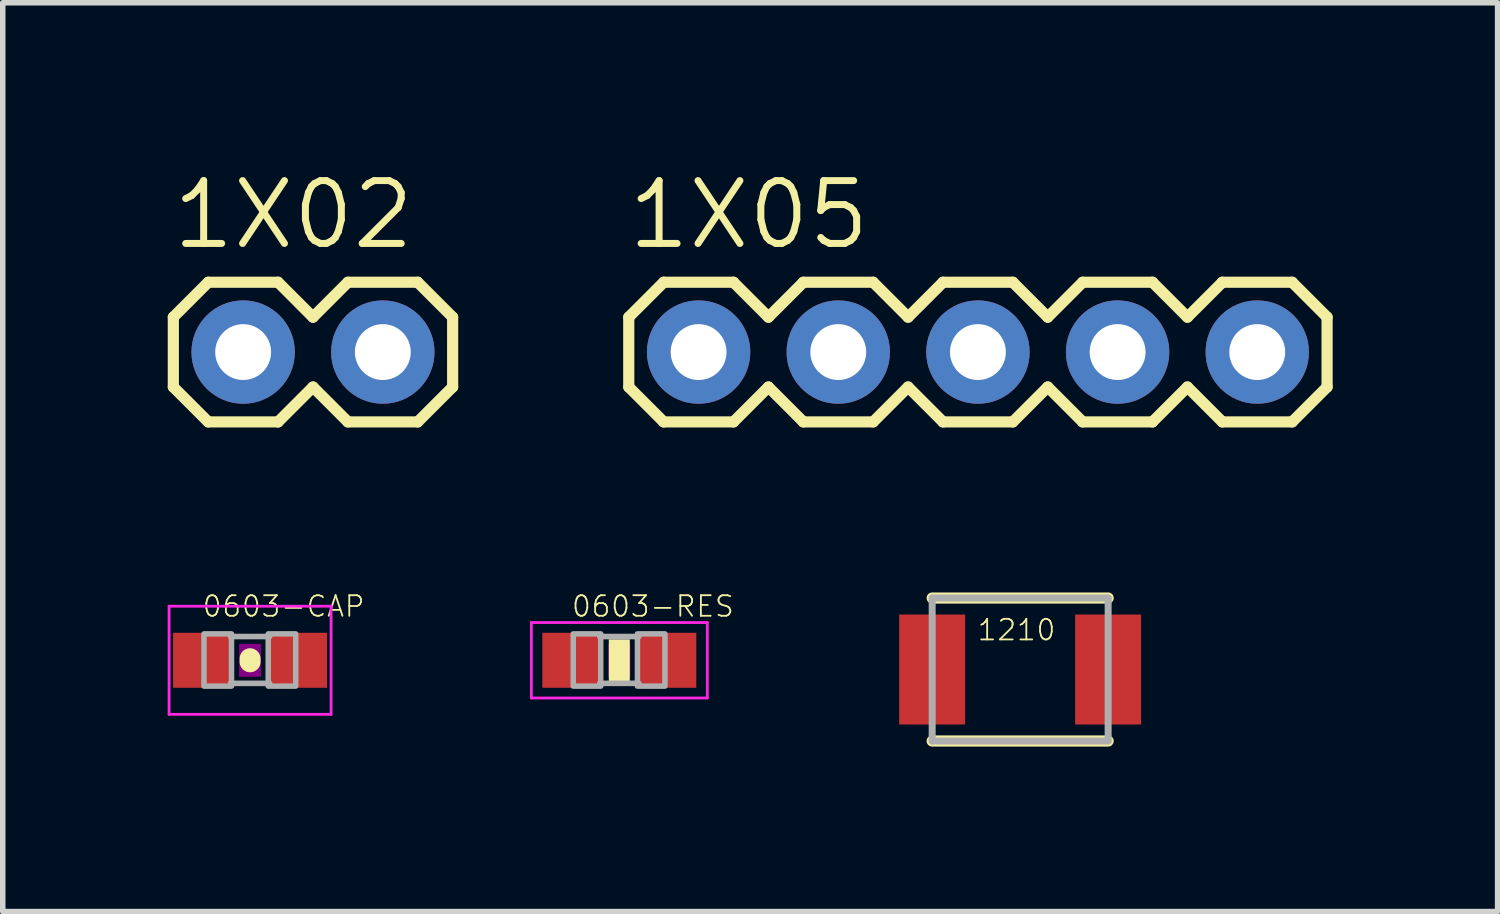
<source format=kicad_pcb>
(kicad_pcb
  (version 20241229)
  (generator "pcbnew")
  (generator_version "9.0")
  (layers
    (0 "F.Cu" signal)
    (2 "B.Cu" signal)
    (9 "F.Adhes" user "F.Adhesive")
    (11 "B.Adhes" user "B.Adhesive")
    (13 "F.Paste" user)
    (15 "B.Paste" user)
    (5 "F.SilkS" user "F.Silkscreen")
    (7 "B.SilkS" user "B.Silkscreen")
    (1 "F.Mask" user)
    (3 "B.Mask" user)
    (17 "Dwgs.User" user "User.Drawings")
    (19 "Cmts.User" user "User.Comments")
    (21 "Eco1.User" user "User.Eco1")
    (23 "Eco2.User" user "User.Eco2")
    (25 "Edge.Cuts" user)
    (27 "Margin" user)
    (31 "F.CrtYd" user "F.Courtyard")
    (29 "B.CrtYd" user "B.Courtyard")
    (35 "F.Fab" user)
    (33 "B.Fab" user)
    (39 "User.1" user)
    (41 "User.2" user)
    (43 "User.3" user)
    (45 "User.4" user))
  (footprint "1X02"
    (layer "F.Cu")
    (at 1.372 3.353)
    (property "Reference" "1X02" (at -1.346 -1.829 0) (layer "F.SilkS") (effects (font (size 1.143 1.143) (thickness 0.127)) (justify left bottom)))
    (fp_line (start -1.27 -0.635) (end -1.27 0.635) (stroke (width 0.203) (type solid)) (layer "F.SilkS"))
    (fp_line (start -1.27 0.635) (end -0.635 1.27) (stroke (width 0.203) (type solid)) (layer "F.SilkS"))
    (fp_line (start -0.635 -1.27) (end -1.27 -0.635) (stroke (width 0.203) (type solid)) (layer "F.SilkS"))
    (fp_line (start -0.635 -1.27) (end 0.635 -1.27) (stroke (width 0.203) (type solid)) (layer "F.SilkS"))
    (fp_line (start 0.635 -1.27) (end 1.27 -0.635) (stroke (width 0.203) (type solid)) (layer "F.SilkS"))
    (fp_line (start 0.635 1.27) (end -0.635 1.27) (stroke (width 0.203) (type solid)) (layer "F.SilkS"))
    (fp_line (start 1.27 -0.635) (end 1.905 -1.27) (stroke (width 0.203) (type solid)) (layer "F.SilkS"))
    (fp_line (start 1.27 0.635) (end 0.635 1.27) (stroke (width 0.203) (type solid)) (layer "F.SilkS"))
    (fp_line (start 1.905 -1.27) (end 3.175 -1.27) (stroke (width 0.203) (type solid)) (layer "F.SilkS"))
    (fp_line (start 1.905 1.27) (end 1.27 0.635) (stroke (width 0.203) (type solid)) (layer "F.SilkS"))
    (fp_line (start 3.175 -1.27) (end 3.81 -0.635) (stroke (width 0.203) (type solid)) (layer "F.SilkS"))
    (fp_line (start 3.175 1.27) (end 1.905 1.27) (stroke (width 0.203) (type solid)) (layer "F.SilkS"))
    (fp_line (start 3.81 -0.635) (end 3.81 0.635) (stroke (width 0.203) (type solid)) (layer "F.SilkS"))
    (fp_line (start 3.81 0.635) (end 3.175 1.27) (stroke (width 0.203) (type solid)) (layer "F.SilkS"))
    (fp_poly (pts (xy -0.254 0.254) (xy 0.254 0.254) (xy 0.254 -0.254) (xy -0.254 -0.254)) (stroke (width 0.1) (type solid)) (fill no) (layer "F.Fab"))
    (fp_poly (pts (xy 2.286 0.254) (xy 2.794 0.254) (xy 2.794 -0.254) (xy 2.286 -0.254)) (stroke (width 0.1) (type solid)) (fill no) (layer "F.Fab"))
    (pad "1" thru_hole circle (at 0 0 90) (size 1.88 1.88) (drill 1.016) (layers "*.Cu" "*.Mask"))
    (pad "2" thru_hole circle (at 2.54 0 90) (size 1.88 1.88) (drill 1.016) (layers "*.Cu" "*.Mask")))
  (footprint "0603-RES"
    (layer "F.Cu")
    (at 8.213 8.958)
    (property "Reference" "0603-RES" (at -0.889 -0.762 0) (layer "F.SilkS") (effects (font (size 0.374 0.374) (thickness 0.033)) (justify left bottom)))
    (fp_poly (pts (xy -0.191 0.381) (xy 0.191 0.381) (xy 0.191 -0.381) (xy -0.191 -0.381)) (stroke (width 0) (type solid)) (fill yes) (layer "F.SilkS"))
    (fp_poly (pts (xy -0.2 0.3) (xy 0.2 0.3) (xy 0.2 -0.3) (xy -0.2 -0.3)) (stroke (width 0) (type solid)) (fill yes) (layer "F.Adhes"))
    (fp_line (start -1.6 -0.686) (end 1.6 -0.686) (stroke (width 0.051) (type solid)) (layer "F.CrtYd"))
    (fp_line (start -1.6 0.686) (end -1.6 -0.686) (stroke (width 0.051) (type solid)) (layer "F.CrtYd"))
    (fp_line (start 1.6 -0.686) (end 1.6 0.686) (stroke (width 0.051) (type solid)) (layer "F.CrtYd"))
    (fp_line (start 1.6 0.686) (end -1.6 0.686) (stroke (width 0.051) (type solid)) (layer "F.CrtYd"))
    (fp_line (start -0.356 -0.432) (end 0.356 -0.432) (stroke (width 0.102) (type solid)) (layer "F.Fab"))
    (fp_line (start -0.356 0.419) (end 0.356 0.419) (stroke (width 0.102) (type solid)) (layer "F.Fab"))
    (fp_poly (pts (xy -0.838 0.47) (xy -0.338 0.47) (xy -0.338 -0.48) (xy -0.838 -0.48)) (stroke (width 0.1) (type solid)) (fill no) (layer "F.Fab"))
    (fp_poly (pts (xy 0.33 0.47) (xy 0.83 0.47) (xy 0.83 -0.48) (xy 0.33 -0.48)) (stroke (width 0.1) (type solid)) (fill no) (layer "F.Fab"))
    (pad "1" smd rect (at -0.85 0) (size 1.1 1) (layers "F.Cu" "F.Mask" "F.Paste"))
    (pad "2" smd rect (at 0.85 0) (size 1.1 1) (layers "F.Cu" "F.Mask" "F.Paste")))
  (footprint "0603-CAP"
    (layer "F.Cu")
    (at 1.498 8.958)
    (property "Reference" "0603-CAP" (at -0.889 -0.762 0) (layer "F.SilkS") (effects (font (size 0.374 0.374) (thickness 0.033)) (justify left bottom)))
    (fp_line (start 0 -0.028) (end 0 0.028) (stroke (width 0.381) (type solid)) (layer "F.SilkS"))
    (fp_poly (pts (xy -0.2 0.3) (xy 0.2 0.3) (xy 0.2 -0.3) (xy -0.2 -0.3)) (stroke (width 0) (type solid)) (fill yes) (layer "F.Adhes"))
    (fp_line (start -1.473 -0.983) (end 1.473 -0.983) (stroke (width 0.051) (type solid)) (layer "F.CrtYd"))
    (fp_line (start -1.473 0.983) (end -1.473 -0.983) (stroke (width 0.051) (type solid)) (layer "F.CrtYd"))
    (fp_line (start 1.473 -0.983) (end 1.473 0.983) (stroke (width 0.051) (type solid)) (layer "F.CrtYd"))
    (fp_line (start 1.473 0.983) (end -1.473 0.983) (stroke (width 0.051) (type solid)) (layer "F.CrtYd"))
    (fp_line (start -0.356 -0.432) (end 0.356 -0.432) (stroke (width 0.102) (type solid)) (layer "F.Fab"))
    (fp_line (start -0.356 0.419) (end 0.356 0.419) (stroke (width 0.102) (type solid)) (layer "F.Fab"))
    (fp_poly (pts (xy -0.838 0.47) (xy -0.338 0.47) (xy -0.338 -0.48) (xy -0.838 -0.48)) (stroke (width 0.1) (type solid)) (fill no) (layer "F.Fab"))
    (fp_poly (pts (xy 0.33 0.47) (xy 0.83 0.47) (xy 0.83 -0.48) (xy 0.33 -0.48)) (stroke (width 0.1) (type solid)) (fill no) (layer "F.Fab"))
    (pad "1" smd rect (at -0.85 0) (size 1.1 1) (layers "F.Cu" "F.Mask" "F.Paste"))
    (pad "2" smd rect (at 0.85 0) (size 1.1 1) (layers "F.Cu" "F.Mask" "F.Paste")))
  (footprint "1X05"
    (layer "F.Cu")
    (at 9.655 3.353)
    (property "Reference" "1X05" (at -1.346 -1.829 0) (layer "F.SilkS") (effects (font (size 1.143 1.143) (thickness 0.127)) (justify left bottom)))
    (fp_line (start -1.27 -0.635) (end -1.27 0.635) (stroke (width 0.203) (type solid)) (layer "F.SilkS"))
    (fp_line (start -1.27 0.635) (end -0.635 1.27) (stroke (width 0.203) (type solid)) (layer "F.SilkS"))
    (fp_line (start -0.635 -1.27) (end -1.27 -0.635) (stroke (width 0.203) (type solid)) (layer "F.SilkS"))
    (fp_line (start -0.635 -1.27) (end 0.635 -1.27) (stroke (width 0.203) (type solid)) (layer "F.SilkS"))
    (fp_line (start 0.635 -1.27) (end 1.27 -0.635) (stroke (width 0.203) (type solid)) (layer "F.SilkS"))
    (fp_line (start 0.635 1.27) (end -0.635 1.27) (stroke (width 0.203) (type solid)) (layer "F.SilkS"))
    (fp_line (start 1.27 -0.635) (end 1.905 -1.27) (stroke (width 0.203) (type solid)) (layer "F.SilkS"))
    (fp_line (start 1.27 0.635) (end 0.635 1.27) (stroke (width 0.203) (type solid)) (layer "F.SilkS"))
    (fp_line (start 1.905 -1.27) (end 3.175 -1.27) (stroke (width 0.203) (type solid)) (layer "F.SilkS"))
    (fp_line (start 1.905 1.27) (end 1.27 0.635) (stroke (width 0.203) (type solid)) (layer "F.SilkS"))
    (fp_line (start 3.175 -1.27) (end 3.81 -0.635) (stroke (width 0.203) (type solid)) (layer "F.SilkS"))
    (fp_line (start 3.175 1.27) (end 1.905 1.27) (stroke (width 0.203) (type solid)) (layer "F.SilkS"))
    (fp_line (start 3.81 -0.635) (end 4.445 -1.27) (stroke (width 0.203) (type solid)) (layer "F.SilkS"))
    (fp_line (start 3.81 0.635) (end 3.175 1.27) (stroke (width 0.203) (type solid)) (layer "F.SilkS"))
    (fp_line (start 4.445 -1.27) (end 5.715 -1.27) (stroke (width 0.203) (type solid)) (layer "F.SilkS"))
    (fp_line (start 4.445 1.27) (end 3.81 0.635) (stroke (width 0.203) (type solid)) (layer "F.SilkS"))
    (fp_line (start 5.715 -1.27) (end 6.35 -0.635) (stroke (width 0.203) (type solid)) (layer "F.SilkS"))
    (fp_line (start 5.715 1.27) (end 4.445 1.27) (stroke (width 0.203) (type solid)) (layer "F.SilkS"))
    (fp_line (start 6.35 0.635) (end 5.715 1.27) (stroke (width 0.203) (type solid)) (layer "F.SilkS"))
    (fp_line (start 6.35 0.635) (end 6.985 1.27) (stroke (width 0.203) (type solid)) (layer "F.SilkS"))
    (fp_line (start 6.985 -1.27) (end 6.35 -0.635) (stroke (width 0.203) (type solid)) (layer "F.SilkS"))
    (fp_line (start 6.985 -1.27) (end 8.255 -1.27) (stroke (width 0.203) (type solid)) (layer "F.SilkS"))
    (fp_line (start 8.255 -1.27) (end 8.89 -0.635) (stroke (width 0.203) (type solid)) (layer "F.SilkS"))
    (fp_line (start 8.255 1.27) (end 6.985 1.27) (stroke (width 0.203) (type solid)) (layer "F.SilkS"))
    (fp_line (start 8.89 -0.635) (end 9.525 -1.27) (stroke (width 0.203) (type solid)) (layer "F.SilkS"))
    (fp_line (start 8.89 0.635) (end 8.255 1.27) (stroke (width 0.203) (type solid)) (layer "F.SilkS"))
    (fp_line (start 9.525 -1.27) (end 10.795 -1.27) (stroke (width 0.203) (type solid)) (layer "F.SilkS"))
    (fp_line (start 9.525 1.27) (end 8.89 0.635) (stroke (width 0.203) (type solid)) (layer "F.SilkS"))
    (fp_line (start 10.795 -1.27) (end 11.43 -0.635) (stroke (width 0.203) (type solid)) (layer "F.SilkS"))
    (fp_line (start 10.795 1.27) (end 9.525 1.27) (stroke (width 0.203) (type solid)) (layer "F.SilkS"))
    (fp_line (start 11.43 -0.635) (end 11.43 0.635) (stroke (width 0.203) (type solid)) (layer "F.SilkS"))
    (fp_line (start 11.43 0.635) (end 10.795 1.27) (stroke (width 0.203) (type solid)) (layer "F.SilkS"))
    (fp_poly (pts (xy -0.254 0.254) (xy 0.254 0.254) (xy 0.254 -0.254) (xy -0.254 -0.254)) (stroke (width 0.1) (type solid)) (fill no) (layer "F.Fab"))
    (fp_poly (pts (xy 2.286 0.254) (xy 2.794 0.254) (xy 2.794 -0.254) (xy 2.286 -0.254)) (stroke (width 0.1) (type solid)) (fill no) (layer "F.Fab"))
    (fp_poly (pts (xy 4.826 0.254) (xy 5.334 0.254) (xy 5.334 -0.254) (xy 4.826 -0.254)) (stroke (width 0.1) (type solid)) (fill no) (layer "F.Fab"))
    (fp_poly (pts (xy 7.366 0.254) (xy 7.874 0.254) (xy 7.874 -0.254) (xy 7.366 -0.254)) (stroke (width 0.1) (type solid)) (fill no) (layer "F.Fab"))
    (fp_poly (pts (xy 9.906 0.254) (xy 10.414 0.254) (xy 10.414 -0.254) (xy 9.906 -0.254)) (stroke (width 0.1) (type solid)) (fill no) (layer "F.Fab"))
    (pad "1" thru_hole circle (at 0 0 90) (size 1.88 1.88) (drill 1.016) (layers "*.Cu" "*.Mask"))
    (pad "2" thru_hole circle (at 2.54 0 90) (size 1.88 1.88) (drill 1.016) (layers "*.Cu" "*.Mask"))
    (pad "3" thru_hole circle (at 5.08 0 90) (size 1.88 1.88) (drill 1.016) (layers "*.Cu" "*.Mask"))
    (pad "4" thru_hole circle (at 7.62 0 90) (size 1.88 1.88) (drill 1.016) (layers "*.Cu" "*.Mask"))
    (pad "5" thru_hole circle (at 10.16 0 90) (size 1.88 1.88) (drill 1.016) (layers "*.Cu" "*.Mask")))
  (footprint "1210"
    (layer "F.Cu")
    (at 15.503 9.126)
    (property "Reference" "1210" (at -0.8 -0.5 0) (layer "F.SilkS") (effects (font (size 0.374 0.374) (thickness 0.033)) (justify left bottom)))
    (fp_line (start -1.6 -1.3) (end 1.6 -1.3) (stroke (width 0.203) (type solid)) (layer "F.SilkS"))
    (fp_line (start -1.6 1.3) (end 1.6 1.3) (stroke (width 0.203) (type solid)) (layer "F.SilkS"))
    (fp_line (start -1.6 -1.3) (end 1.6 -1.3) (stroke (width 0.127) (type solid)) (layer "F.Fab"))
    (fp_line (start -1.6 1.3) (end -1.6 -1.3) (stroke (width 0.127) (type solid)) (layer "F.Fab"))
    (fp_line (start 1.6 -1.3) (end 1.6 1.3) (stroke (width 0.127) (type solid)) (layer "F.Fab"))
    (fp_line (start 1.6 1.3) (end -1.6 1.3) (stroke (width 0.127) (type solid)) (layer "F.Fab"))
    (pad "1" smd rect (at -1.6 0) (size 1.2 2) (layers "F.Cu" "F.Mask" "F.Paste"))
    (pad "2" smd rect (at 1.6 0) (size 1.2 2) (layers "F.Cu" "F.Mask" "F.Paste")))
  (gr_rect
    (start -3 -3)
    (end 24.186 13.528)
    (stroke (width 0.1) (type default))
    (fill no)
    (layer "Edge.Cuts")))
</source>
